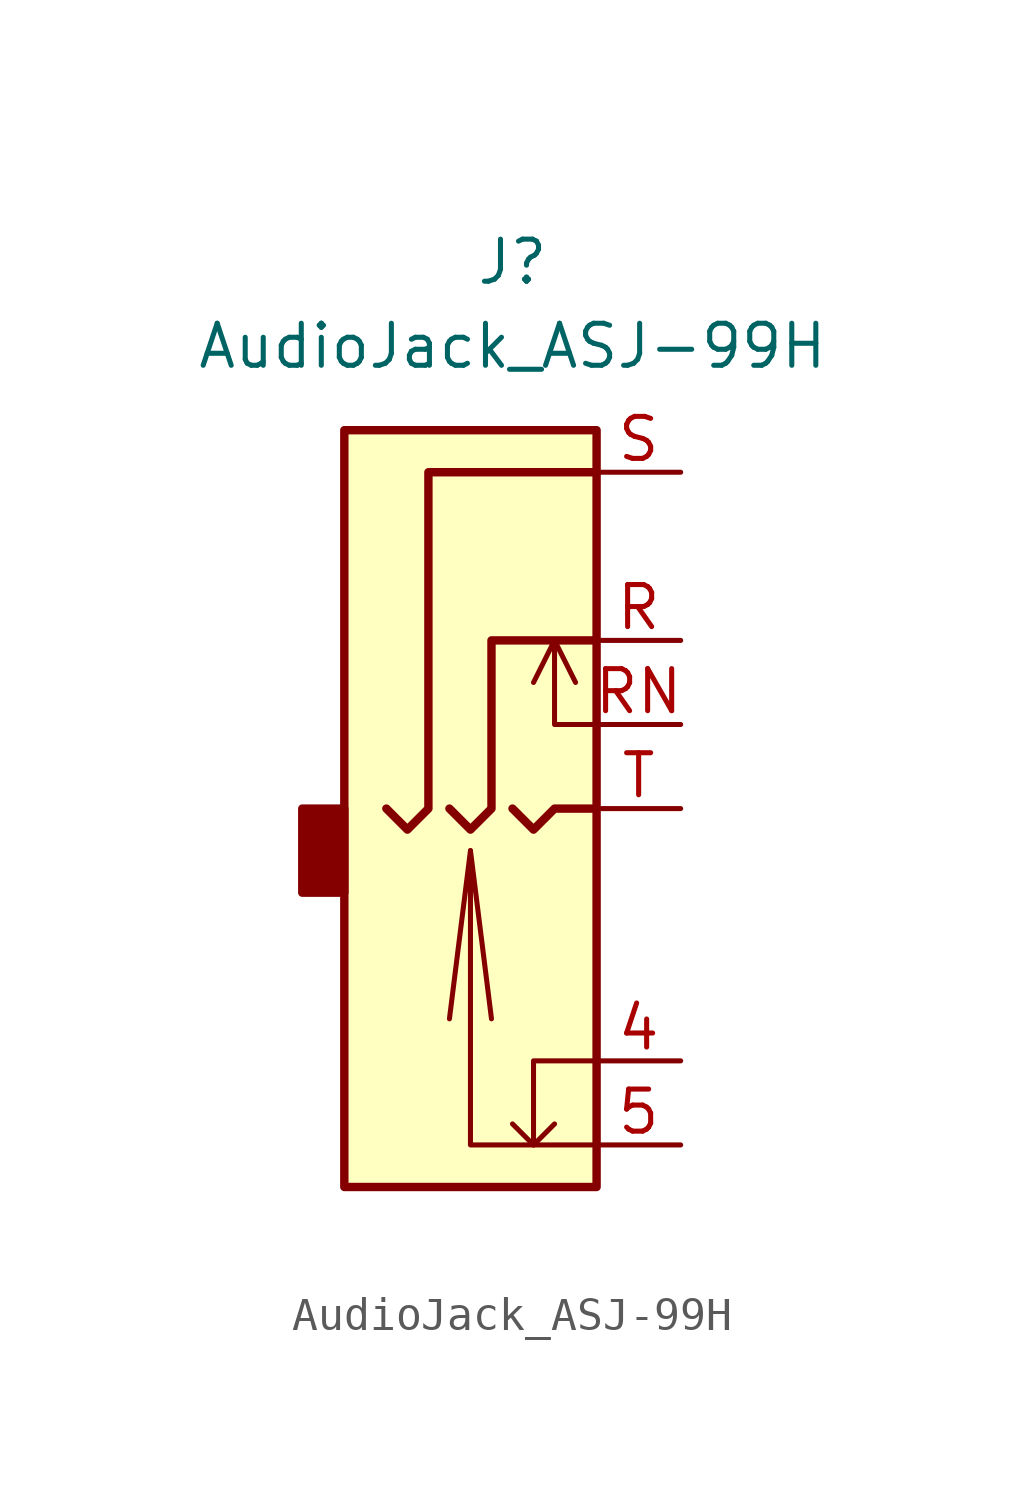
<source format=kicad_sym>
(kicad_symbol_lib
  (version 20211014)
  (generator kicad_symbol_editor)
  (symbol "AudioJack_ASJ-99H"
    (property "Reference" "J"
      (at 0 11.43 0)
      (effects (font (size 1.27 1.27))))
    (property "Value" "AudioJack_ASJ-99H"
      (at 0 8.89 0)
      (effects (font (size 1.27 1.27))))
    (symbol "AudioJack_ASJ-99H_0_1"
      (rectangle (start -5.08 -5.08) (end -6.35 -7.62) (stroke (width 0.254) (type default) (color 0 0 0 0)) (fill (type outline)))
      (rectangle (start -5.08 6.35) (end 2.54 -16.51) (stroke (width 0.254) (type default) (color 0 0 0 0)) (fill (type background)))
      (polyline (pts (xy -1.27 -6.35) (xy -0.635 -11.43)) (stroke (width 0) (type default) (color 0 0 0 0)) (fill (type none)))
      (polyline (pts (xy 0.635 -15.24) (xy 1.27 -14.605)) (stroke (width 0) (type default) (color 0 0 0 0)) (fill (type none)))
      (polyline (pts (xy 1.27 0) (xy 1.905 -1.27)) (stroke (width 0) (type default) (color 0 0 0 0)) (fill (type none)))
      (polyline (pts (xy 0 -5.08) (xy 0.635 -5.715) (xy 1.27 -5.08) (xy 2.54 -5.08)) (stroke (width 0.254) (type default) (color 0 0 0 0)) (fill (type none)))
      (polyline (pts (xy 2.54 -15.24) (xy -1.27 -15.24) (xy -1.27 -6.35) (xy -1.905 -11.43)) (stroke (width 0) (type default) (color 0 0 0 0)) (fill (type none)))
      (polyline (pts (xy 2.54 -12.7) (xy 0.635 -12.7) (xy 0.635 -15.24) (xy 0 -14.605)) (stroke (width 0) (type default) (color 0 0 0 0)) (fill (type none)))
      (polyline (pts (xy 2.54 -2.54) (xy 1.27 -2.54) (xy 1.27 0) (xy 0.635 -1.27)) (stroke (width 0) (type default) (color 0 0 0 0)) (fill (type none)))
      (polyline (pts (xy -1.905 -5.08) (xy -1.27 -5.715) (xy -0.635 -5.08) (xy -0.635 0) (xy 2.54 0)) (stroke (width 0.254) (type default) (color 0 0 0 0)) (fill (type none)))
      (polyline (pts (xy 2.54 5.08) (xy -2.54 5.08) (xy -2.54 -5.08) (xy -3.175 -5.715) (xy -3.81 -5.08)) (stroke (width 0.254) (type default) (color 0 0 0 0)) (fill (type none))))
    (symbol "AudioJack_ASJ-99H_1_1"
      (pin passive line (at 5.08 -12.7 180) (length 2.54) (name "~" (effects (font (size 1.27 1.27)))) (number "4" (effects (font (size 1.27 1.27)))))
      (pin passive line (at 5.08 -15.24 180) (length 2.54) (name "~" (effects (font (size 1.27 1.27)))) (number "5" (effects (font (size 1.27 1.27)))))
      (pin passive line (at 5.08 0 180) (length 2.54) (name "~" (effects (font (size 1.27 1.27)))) (number "R" (effects (font (size 1.27 1.27)))))
      (pin passive line (at 5.08 -2.54 180) (length 2.54) (name "~" (effects (font (size 1.27 1.27)))) (number "RN" (effects (font (size 1.27 1.27)))))
      (pin passive line (at 5.08 5.08 180) (length 2.54) (name "~" (effects (font (size 1.27 1.27)))) (number "S" (effects (font (size 1.27 1.27)))))
      (pin passive line (at 5.08 -5.08 180) (length 2.54) (name "~" (effects (font (size 1.27 1.27)))) (number "T" (effects (font (size 1.27 1.27))))))))
</source>
